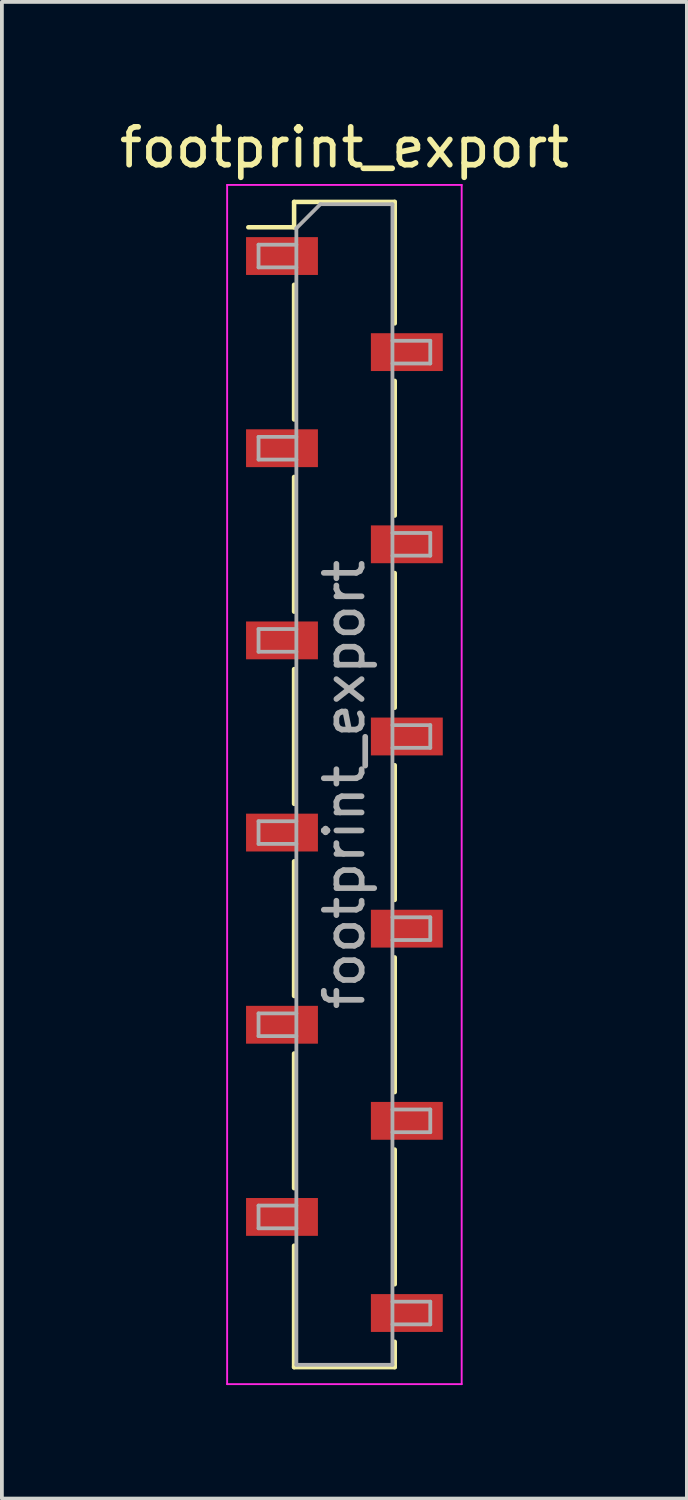
<source format=kicad_pcb>
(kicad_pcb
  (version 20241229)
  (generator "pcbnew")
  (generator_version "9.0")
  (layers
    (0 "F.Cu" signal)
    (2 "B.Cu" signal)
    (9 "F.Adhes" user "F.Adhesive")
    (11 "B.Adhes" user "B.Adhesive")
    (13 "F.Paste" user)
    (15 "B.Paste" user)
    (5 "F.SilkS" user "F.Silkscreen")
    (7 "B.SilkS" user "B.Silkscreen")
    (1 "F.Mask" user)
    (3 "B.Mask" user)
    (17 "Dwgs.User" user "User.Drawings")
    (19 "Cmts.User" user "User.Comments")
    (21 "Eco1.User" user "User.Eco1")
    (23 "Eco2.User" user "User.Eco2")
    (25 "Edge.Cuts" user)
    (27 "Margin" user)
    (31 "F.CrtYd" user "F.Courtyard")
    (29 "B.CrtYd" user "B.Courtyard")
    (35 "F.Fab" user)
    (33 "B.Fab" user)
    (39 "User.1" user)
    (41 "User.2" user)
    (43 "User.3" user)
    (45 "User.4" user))
  (footprint "footprint_export"
    (layer "F.Cu")
    (at 6.054 17.688)
    (property "Reference" "footprint_export" (at 0 -16.84 0) (layer "F.SilkS") (effects (font (size 1 1) (thickness 0.15))))
    (attr smd)
    (fp_line (start -2.54 -14.73) (end -1.33 -14.73) (stroke (width 0.12) (type solid)) (layer "F.SilkS"))
    (fp_line (start -1.33 -15.4) (end -1.33 -14.73) (stroke (width 0.12) (type solid)) (layer "F.SilkS"))
    (fp_line (start -1.33 -15.4) (end 1.33 -15.4) (stroke (width 0.12) (type solid)) (layer "F.SilkS"))
    (fp_line (start -1.33 -13.21) (end -1.33 -9.65) (stroke (width 0.12) (type solid)) (layer "F.SilkS"))
    (fp_line (start -1.33 -8.13) (end -1.33 -4.57) (stroke (width 0.12) (type solid)) (layer "F.SilkS"))
    (fp_line (start -1.33 -3.05) (end -1.33 0.51) (stroke (width 0.12) (type solid)) (layer "F.SilkS"))
    (fp_line (start -1.33 2.03) (end -1.33 5.59) (stroke (width 0.12) (type solid)) (layer "F.SilkS"))
    (fp_line (start -1.33 7.11) (end -1.33 10.67) (stroke (width 0.12) (type solid)) (layer "F.SilkS"))
    (fp_line (start -1.33 12.19) (end -1.33 15.4) (stroke (width 0.12) (type solid)) (layer "F.SilkS"))
    (fp_line (start -1.33 15.4) (end 1.33 15.4) (stroke (width 0.12) (type solid)) (layer "F.SilkS"))
    (fp_line (start 1.33 -15.4) (end 1.33 -12.19) (stroke (width 0.12) (type solid)) (layer "F.SilkS"))
    (fp_line (start 1.33 -10.67) (end 1.33 -7.11) (stroke (width 0.12) (type solid)) (layer "F.SilkS"))
    (fp_line (start 1.33 -5.59) (end 1.33 -2.03) (stroke (width 0.12) (type solid)) (layer "F.SilkS"))
    (fp_line (start 1.33 -0.51) (end 1.33 3.05) (stroke (width 0.12) (type solid)) (layer "F.SilkS"))
    (fp_line (start 1.33 4.57) (end 1.33 8.13) (stroke (width 0.12) (type solid)) (layer "F.SilkS"))
    (fp_line (start 1.33 9.65) (end 1.33 13.21) (stroke (width 0.12) (type solid)) (layer "F.SilkS"))
    (fp_line (start 1.33 14.73) (end 1.33 15.4) (stroke (width 0.12) (type solid)) (layer "F.SilkS"))
    (fp_line (start -3.1 -15.85) (end 3.1 -15.85) (stroke (width 0.05) (type solid)) (layer "F.CrtYd"))
    (fp_line (start -3.1 15.85) (end -3.1 -15.85) (stroke (width 0.05) (type solid)) (layer "F.CrtYd"))
    (fp_line (start 3.1 -15.85) (end 3.1 15.85) (stroke (width 0.05) (type solid)) (layer "F.CrtYd"))
    (fp_line (start 3.1 15.85) (end -3.1 15.85) (stroke (width 0.05) (type solid)) (layer "F.CrtYd"))
    (fp_line (start -2.27 -14.27) (end -1.27 -14.27) (stroke (width 0.1) (type solid)) (layer "F.Fab"))
    (fp_line (start -2.27 -13.67) (end -2.27 -14.27) (stroke (width 0.1) (type solid)) (layer "F.Fab"))
    (fp_line (start -2.27 -9.19) (end -1.27 -9.19) (stroke (width 0.1) (type solid)) (layer "F.Fab"))
    (fp_line (start -2.27 -8.59) (end -2.27 -9.19) (stroke (width 0.1) (type solid)) (layer "F.Fab"))
    (fp_line (start -2.27 -4.11) (end -1.27 -4.11) (stroke (width 0.1) (type solid)) (layer "F.Fab"))
    (fp_line (start -2.27 -3.51) (end -2.27 -4.11) (stroke (width 0.1) (type solid)) (layer "F.Fab"))
    (fp_line (start -2.27 0.97) (end -1.27 0.97) (stroke (width 0.1) (type solid)) (layer "F.Fab"))
    (fp_line (start -2.27 1.57) (end -2.27 0.97) (stroke (width 0.1) (type solid)) (layer "F.Fab"))
    (fp_line (start -2.27 6.05) (end -1.27 6.05) (stroke (width 0.1) (type solid)) (layer "F.Fab"))
    (fp_line (start -2.27 6.65) (end -2.27 6.05) (stroke (width 0.1) (type solid)) (layer "F.Fab"))
    (fp_line (start -2.27 11.13) (end -1.27 11.13) (stroke (width 0.1) (type solid)) (layer "F.Fab"))
    (fp_line (start -2.27 11.73) (end -2.27 11.13) (stroke (width 0.1) (type solid)) (layer "F.Fab"))
    (fp_line (start -1.27 -14.705) (end -0.635 -15.34) (stroke (width 0.1) (type solid)) (layer "F.Fab"))
    (fp_line (start -1.27 -13.67) (end -2.27 -13.67) (stroke (width 0.1) (type solid)) (layer "F.Fab"))
    (fp_line (start -1.27 -8.59) (end -2.27 -8.59) (stroke (width 0.1) (type solid)) (layer "F.Fab"))
    (fp_line (start -1.27 -3.51) (end -2.27 -3.51) (stroke (width 0.1) (type solid)) (layer "F.Fab"))
    (fp_line (start -1.27 1.57) (end -2.27 1.57) (stroke (width 0.1) (type solid)) (layer "F.Fab"))
    (fp_line (start -1.27 6.65) (end -2.27 6.65) (stroke (width 0.1) (type solid)) (layer "F.Fab"))
    (fp_line (start -1.27 11.73) (end -2.27 11.73) (stroke (width 0.1) (type solid)) (layer "F.Fab"))
    (fp_line (start -1.27 15.34) (end -1.27 -14.705) (stroke (width 0.1) (type solid)) (layer "F.Fab"))
    (fp_line (start -0.635 -15.34) (end 1.27 -15.34) (stroke (width 0.1) (type solid)) (layer "F.Fab"))
    (fp_line (start 1.27 -15.34) (end 1.27 15.34) (stroke (width 0.1) (type solid)) (layer "F.Fab"))
    (fp_line (start 1.27 -11.73) (end 2.27 -11.73) (stroke (width 0.1) (type solid)) (layer "F.Fab"))
    (fp_line (start 1.27 -6.65) (end 2.27 -6.65) (stroke (width 0.1) (type solid)) (layer "F.Fab"))
    (fp_line (start 1.27 -1.57) (end 2.27 -1.57) (stroke (width 0.1) (type solid)) (layer "F.Fab"))
    (fp_line (start 1.27 3.51) (end 2.27 3.51) (stroke (width 0.1) (type solid)) (layer "F.Fab"))
    (fp_line (start 1.27 8.59) (end 2.27 8.59) (stroke (width 0.1) (type solid)) (layer "F.Fab"))
    (fp_line (start 1.27 13.67) (end 2.27 13.67) (stroke (width 0.1) (type solid)) (layer "F.Fab"))
    (fp_line (start 1.27 15.34) (end -1.27 15.34) (stroke (width 0.1) (type solid)) (layer "F.Fab"))
    (fp_line (start 2.27 -11.73) (end 2.27 -11.13) (stroke (width 0.1) (type solid)) (layer "F.Fab"))
    (fp_line (start 2.27 -11.13) (end 1.27 -11.13) (stroke (width 0.1) (type solid)) (layer "F.Fab"))
    (fp_line (start 2.27 -6.65) (end 2.27 -6.05) (stroke (width 0.1) (type solid)) (layer "F.Fab"))
    (fp_line (start 2.27 -6.05) (end 1.27 -6.05) (stroke (width 0.1) (type solid)) (layer "F.Fab"))
    (fp_line (start 2.27 -1.57) (end 2.27 -0.97) (stroke (width 0.1) (type solid)) (layer "F.Fab"))
    (fp_line (start 2.27 -0.97) (end 1.27 -0.97) (stroke (width 0.1) (type solid)) (layer "F.Fab"))
    (fp_line (start 2.27 3.51) (end 2.27 4.11) (stroke (width 0.1) (type solid)) (layer "F.Fab"))
    (fp_line (start 2.27 4.11) (end 1.27 4.11) (stroke (width 0.1) (type solid)) (layer "F.Fab"))
    (fp_line (start 2.27 8.59) (end 2.27 9.19) (stroke (width 0.1) (type solid)) (layer "F.Fab"))
    (fp_line (start 2.27 9.19) (end 1.27 9.19) (stroke (width 0.1) (type solid)) (layer "F.Fab"))
    (fp_line (start 2.27 13.67) (end 2.27 14.27) (stroke (width 0.1) (type solid)) (layer "F.Fab"))
    (fp_line (start 2.27 14.27) (end 1.27 14.27) (stroke (width 0.1) (type solid)) (layer "F.Fab"))
    (fp_text user "${REFERENCE}" (at 0 0 90) (layer "F.Fab") (effects (font (size 1 1) (thickness 0.15))))
    (pad "1" smd rect (at -1.65 -13.97) (size 1.9 1) (layers "F.Cu" "F.Mask" "F.Paste"))
    (pad "2" smd rect (at 1.65 -11.43) (size 1.9 1) (layers "F.Cu" "F.Mask" "F.Paste"))
    (pad "3" smd rect (at -1.65 -8.89) (size 1.9 1) (layers "F.Cu" "F.Mask" "F.Paste"))
    (pad "4" smd rect (at 1.65 -6.35) (size 1.9 1) (layers "F.Cu" "F.Mask" "F.Paste"))
    (pad "5" smd rect (at -1.65 -3.81) (size 1.9 1) (layers "F.Cu" "F.Mask" "F.Paste"))
    (pad "6" smd rect (at 1.65 -1.27) (size 1.9 1) (layers "F.Cu" "F.Mask" "F.Paste"))
    (pad "7" smd rect (at -1.65 1.27) (size 1.9 1) (layers "F.Cu" "F.Mask" "F.Paste"))
    (pad "8" smd rect (at 1.65 3.81) (size 1.9 1) (layers "F.Cu" "F.Mask" "F.Paste"))
    (pad "9" smd rect (at -1.65 6.35) (size 1.9 1) (layers "F.Cu" "F.Mask" "F.Paste"))
    (pad "10" smd rect (at 1.65 8.89) (size 1.9 1) (layers "F.Cu" "F.Mask" "F.Paste"))
    (pad "11" smd rect (at -1.65 11.43) (size 1.9 1) (layers "F.Cu" "F.Mask" "F.Paste"))
    (pad "12" smd rect (at 1.65 13.97) (size 1.9 1) (layers "F.Cu" "F.Mask" "F.Paste")))
  (gr_rect
    (start -3 -3)
    (end 15.107 36.563)
    (stroke (width 0.1) (type default))
    (fill no)
    (layer "Edge.Cuts")))
</source>
